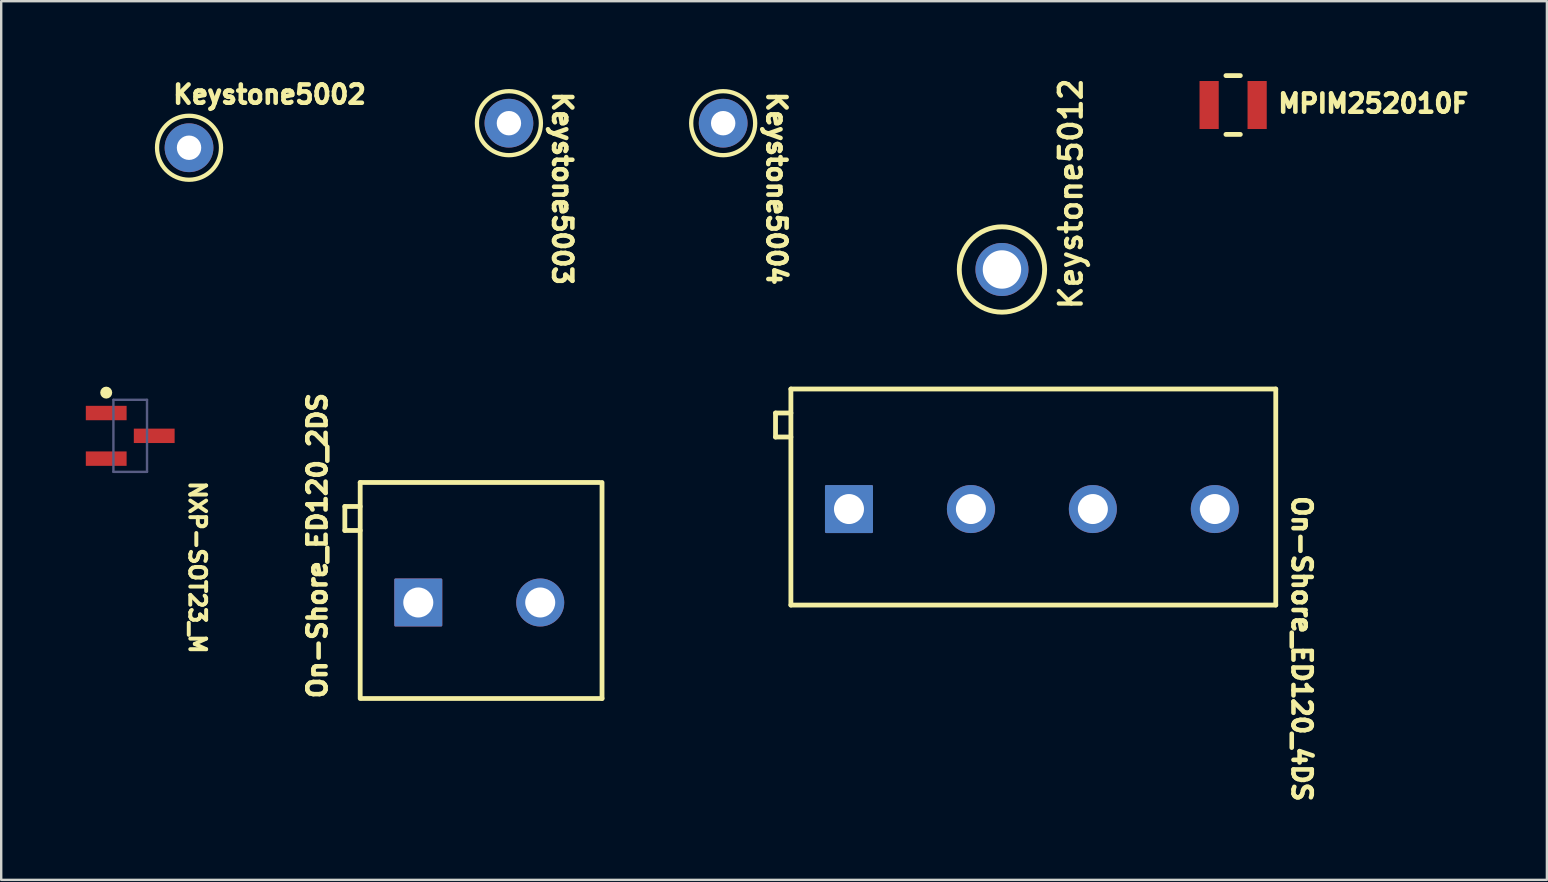
<source format=kicad_pcb>
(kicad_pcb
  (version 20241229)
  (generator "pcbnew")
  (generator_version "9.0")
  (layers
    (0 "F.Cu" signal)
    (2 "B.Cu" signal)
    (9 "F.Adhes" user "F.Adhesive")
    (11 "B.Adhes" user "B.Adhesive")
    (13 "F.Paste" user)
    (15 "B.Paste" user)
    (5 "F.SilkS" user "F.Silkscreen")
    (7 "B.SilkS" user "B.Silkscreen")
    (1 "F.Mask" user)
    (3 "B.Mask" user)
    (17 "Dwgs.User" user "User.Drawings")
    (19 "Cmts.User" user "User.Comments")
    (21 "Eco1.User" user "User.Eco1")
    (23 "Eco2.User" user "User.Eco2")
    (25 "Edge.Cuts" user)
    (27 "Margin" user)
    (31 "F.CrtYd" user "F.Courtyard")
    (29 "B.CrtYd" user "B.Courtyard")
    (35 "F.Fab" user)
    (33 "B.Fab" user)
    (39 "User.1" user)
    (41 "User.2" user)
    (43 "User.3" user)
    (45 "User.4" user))
  (footprint "MPIM252010F"
    (layer "F.Cu")
    (at 48.323 1.325)
    (property "Reference" "MPIM252010F" (at 1.778 0.381 0) (unlocked yes) (layer "F.SilkS") (effects (font (size 0.762 0.762) (thickness 0.254) (bold yes)) (justify left bottom)))
    (fp_line (start -0.3 -1.225) (end 0.3 -1.225) (stroke (width 0.2) (type solid)) (layer "F.SilkS"))
    (fp_line (start -0.3 1.225) (end 0.3 1.225) (stroke (width 0.2) (type solid)) (layer "F.SilkS"))
    (fp_line (start -1.375 -1.125) (end 1.375 -1.125) (stroke (width 0.1) (type solid)) (layer "User.5"))
    (fp_line (start -1.375 1.125) (end -1.375 -1.125) (stroke (width 0.1) (type solid)) (layer "User.5"))
    (fp_line (start -1.375 1.125) (end 1.375 1.125) (stroke (width 0.1) (type solid)) (layer "User.5"))
    (fp_line (start 1.375 1.125) (end 1.375 -1.125) (stroke (width 0.1) (type solid)) (layer "User.5"))
    (fp_text user "${REFERENCE}" (at -0.298 0.273 0) (unlocked yes) (layer "User.5") (effects (font (size 0.5 0.5) (thickness 0.1))))
    (pad "1" smd rect (at -1 0) (size 0.8 2) (layers "F.Cu" "F.Mask" "F.Paste"))
    (pad "2" smd rect (at 1 0 180) (size 0.8 2) (layers "F.Cu" "F.Mask" "F.Paste")))
  (footprint "NXP-SOT23_M"
    (layer "F.Cu")
    (at 2.375 15.107)
    (property "Reference" "NXP-SOT23_M" (at 2.413 1.803 270) (unlocked yes) (layer "F.SilkS") (effects (font (size 0.66 0.66) (thickness 0.254) (bold yes)) (justify left bottom)))
    (fp_circle (center -1 -1.8) (end -1 -1.925) (stroke (width 0.25) (type solid)) (fill no) (layer "F.SilkS"))
    (fp_line (start -2.35 2) (end -2.35 -2) (stroke (width 0.05) (type solid)) (layer "Eco1.User"))
    (fp_line (start 0 0.5) (end 0 -0.5) (stroke (width 0.1) (type solid)) (layer "Eco1.User"))
    (fp_line (start 0.5 0) (end -0.5 0) (stroke (width 0.1) (type solid)) (layer "Eco1.User"))
    (fp_line (start 2.35 -2) (end -2.35 -2) (stroke (width 0.05) (type solid)) (layer "Eco1.User"))
    (fp_line (start 2.35 2) (end -2.35 2) (stroke (width 0.05) (type solid)) (layer "Eco1.User"))
    (fp_line (start 2.35 2) (end 2.35 -2) (stroke (width 0.05) (type solid)) (layer "Eco1.User"))
    (fp_line (start -0.7 1.5) (end -0.7 -1.5) (stroke (width 0.1) (type solid)) (layer "B.Fab"))
    (fp_line (start 0.7 -1.5) (end -0.7 -1.5) (stroke (width 0.1) (type solid)) (layer "B.Fab"))
    (fp_line (start 0.7 1.5) (end -0.7 1.5) (stroke (width 0.1) (type solid)) (layer "B.Fab"))
    (fp_line (start 0.7 1.5) (end 0.7 -1.5) (stroke (width 0.1) (type solid)) (layer "B.Fab"))
    (pad "1" smd rect (at -1 -0.95 270) (size 0.6 1.7) (layers "F.Cu" "F.Mask" "F.Paste"))
    (pad "2" smd rect (at -1 0.95 270) (size 0.6 1.7) (layers "F.Cu" "F.Mask" "F.Paste"))
    (pad "3" smd rect (at 1 0 270) (size 0.6 1.7) (layers "F.Cu" "F.Mask" "F.Paste")))
  (footprint "Keystone5012"
    (layer "F.Cu")
    (at 38.692 8.177)
    (property "Reference" "Keystone5012" (at 3.404 1.753 90) (unlocked yes) (layer "F.SilkS") (effects (font (size 0.914 0.914) (thickness 0.178)) (justify left bottom)))
    (fp_circle (center 0 0) (end 0 -1.778) (stroke (width 0.203) (type solid)) (fill no) (layer "F.SilkS"))
    (fp_circle (center 0 0) (end 0 -1.764) (stroke (width 0.127) (type solid)) (fill no) (layer "User.5"))
    (fp_text user "${REFERENCE}" (at -1.397 0.254 0) (unlocked yes) (layer "User.5") (effects (font (size 0.762 0.762) (thickness 0.127))))
    (pad "1" thru_hole circle (at 0 0) (size 2.21 2.21) (drill 1.6) (layers "*.Cu" "*.Mask")))
  (footprint "Keystone5004"
    (layer "F.Cu")
    (at 27.078 2.082)
    (property "Reference" "Keystone5004" (at 1.778 -1.397 270) (unlocked yes) (layer "F.SilkS") (effects (font (size 0.762 0.762) (thickness 0.254) (bold yes)) (justify left bottom)))
    (fp_circle (center 0 0) (end 1.333 0) (stroke (width 0.178) (type solid)) (fill no) (layer "F.SilkS"))
    (fp_circle (center 0 0) (end 1.333 0) (stroke (width 0.1) (type solid)) (fill no) (layer "User.5"))
    (fp_text user "${REFERENCE}" (at -2.413 0.381 270) (unlocked yes) (layer "User.5") (effects (font (size 0.457 0.457) (thickness 0.076))))
    (pad "1" thru_hole circle (at 0 0) (size 2.032 2.032) (drill 1.016) (layers "*.Cu" "*.Mask")))
  (footprint "Keystone5003"
    (layer "F.Cu")
    (at 18.152 2.082)
    (property "Reference" "Keystone5003" (at 1.778 -1.397 270) (unlocked yes) (layer "F.SilkS") (effects (font (size 0.762 0.762) (thickness 0.254) (bold yes)) (justify left bottom)))
    (fp_circle (center 0 0) (end 1.333 0) (stroke (width 0.178) (type solid)) (fill no) (layer "F.SilkS"))
    (fp_circle (center 0 0) (end 1.333 0) (stroke (width 0.1) (type solid)) (fill no) (layer "User.5"))
    (fp_text user "${REFERENCE}" (at -2.286 0.381 270) (unlocked yes) (layer "User.5") (effects (font (size 0.457 0.457) (thickness 0.076))))
    (pad "1" thru_hole circle (at 0 0) (size 2.032 2.032) (drill 1.016) (layers "*.Cu" "*.Mask")))
  (footprint "On-Shore_ED120_2DS"
    (layer "F.Cu")
    (at 16.916 22.05)
    (property "Reference" "On-Shore_ED120_2DS" (at -6.299 4.089 90) (unlocked yes) (layer "F.SilkS") (effects (font (size 0.762 0.762) (thickness 0.254) (bold yes)) (justify left bottom)))
    (fp_line (start -5.6 -3) (end -5.6 -4) (stroke (width 0.2) (type solid)) (layer "F.SilkS"))
    (fp_line (start -4.96 -4) (end -5.6 -4) (stroke (width 0.2) (type solid)) (layer "F.SilkS"))
    (fp_line (start -4.96 -3) (end -5.6 -3) (stroke (width 0.2) (type solid)) (layer "F.SilkS"))
    (fp_line (start -4.96 4) (end -4.96 -5) (stroke (width 0.2) (type solid)) (layer "F.SilkS"))
    (fp_line (start 5.015 -5) (end -4.96 -5) (stroke (width 0.2) (type solid)) (layer "F.SilkS"))
    (fp_line (start 5.115 4) (end -4.885 4) (stroke (width 0.2) (type solid)) (layer "F.SilkS"))
    (fp_line (start 5.115 4) (end 5.115 -5) (stroke (width 0.2) (type solid)) (layer "F.SilkS"))
    (fp_line (start -5.6 -3) (end -5.6 -4) (stroke (width 0.1) (type solid)) (layer "User.5"))
    (fp_line (start -4.96 -4) (end -5.6 -4) (stroke (width 0.1) (type solid)) (layer "User.5"))
    (fp_line (start -4.96 -3) (end -5.6 -3) (stroke (width 0.1) (type solid)) (layer "User.5"))
    (fp_line (start -4.96 4) (end -4.96 -5) (stroke (width 0.1) (type solid)) (layer "User.5"))
    (fp_line (start 5.115 -5) (end -4.96 -5) (stroke (width 0.1) (type solid)) (layer "User.5"))
    (fp_line (start 5.115 4) (end -4.885 4) (stroke (width 0.1) (type solid)) (layer "User.5"))
    (fp_line (start 5.115 4) (end 5.115 -5) (stroke (width 0.1) (type solid)) (layer "User.5"))
    (fp_line (start 5.125 2.525) (end -4.875 2.525) (stroke (width 0.1) (type solid)) (layer "User.5"))
    (fp_text user "${REFERENCE}" (at 0.635 -0.254 180) (unlocked yes) (layer "User.5") (effects (font (size 1.016 1.016) (thickness 0.178))))
    (pad "1" thru_hole roundrect (at -2.54 0 270) (size 2 2) (drill 1.25) (layers "*.Cu" "*.Mask") (roundrect_rratio 0.025))
    (pad "2" thru_hole circle (at 2.54 0 270) (size 2 2) (drill 1.25) (layers "*.Cu" "*.Mask")))
  (footprint "Keystone5002"
    (layer "F.Cu")
    (at 4.825 3.105)
    (property "Reference" "Keystone5002" (at -0.762 -1.772 0) (unlocked yes) (layer "F.SilkS") (effects (font (size 0.762 0.762) (thickness 0.254) (bold yes)) (justify left bottom)))
    (fp_circle (center 0 0) (end 0 -1.333) (stroke (width 0.178) (type solid)) (fill no) (layer "F.SilkS"))
    (fp_circle (center 0 0) (end 0 -1.333) (stroke (width 0.1) (type solid)) (fill no) (layer "User.5"))
    (fp_text user "${REFERENCE}" (at -2.361 0.381 0) (unlocked yes) (layer "User.5") (effects (font (size 0.457 0.457) (thickness 0.076))))
    (pad "1" thru_hole circle (at 0 0) (size 2.032 2.032) (drill 1.016) (layers "*.Cu" "*.Mask")))
  (footprint "On-Shore_ED120_4DS"
    (layer "F.Cu")
    (at 39.939 18.157)
    (property "Reference" "On-Shore_ED120_4DS" (at 10.795 -0.635 270) (unlocked yes) (layer "F.SilkS") (effects (font (size 0.762 0.762) (thickness 0.254) (bold yes)) (justify left bottom)))
    (fp_line (start -10.68 -4) (end -10.68 -3) (stroke (width 0.2) (type solid)) (layer "F.SilkS"))
    (fp_line (start -10.68 -4) (end -10.04 -4) (stroke (width 0.2) (type solid)) (layer "F.SilkS"))
    (fp_line (start -10.68 -3) (end -10.04 -3) (stroke (width 0.2) (type solid)) (layer "F.SilkS"))
    (fp_line (start -10.04 -5) (end -10.04 4) (stroke (width 0.2) (type solid)) (layer "F.SilkS"))
    (fp_line (start -10.04 -5) (end 10.16 -5) (stroke (width 0.2) (type solid)) (layer "F.SilkS"))
    (fp_line (start -10.04 4) (end 10.16 4) (stroke (width 0.2) (type solid)) (layer "F.SilkS"))
    (fp_line (start 10.16 -5) (end 10.16 4) (stroke (width 0.2) (type solid)) (layer "F.SilkS"))
    (fp_line (start -10.68 -4) (end -10.68 -3) (stroke (width 0.1) (type solid)) (layer "User.5"))
    (fp_line (start -10.68 -4) (end -10.04 -4) (stroke (width 0.1) (type solid)) (layer "User.5"))
    (fp_line (start -10.68 -3) (end -10.04 -3) (stroke (width 0.1) (type solid)) (layer "User.5"))
    (fp_line (start -10.04 -5) (end -10.04 4) (stroke (width 0.1) (type solid)) (layer "User.5"))
    (fp_line (start -10.04 -5) (end 10.035 -5) (stroke (width 0.1) (type solid)) (layer "User.5"))
    (fp_line (start -10.04 2.5) (end 10.01 2.5) (stroke (width 0.1) (type solid)) (layer "User.5"))
    (fp_line (start -10.04 4) (end 10.035 4) (stroke (width 0.1) (type solid)) (layer "User.5"))
    (fp_line (start 10.035 -5) (end 10.035 4) (stroke (width 0.1) (type solid)) (layer "User.5"))
    (fp_text user "${REFERENCE}" (at -1.143 0.635 0) (unlocked yes) (layer "User.5") (effects (font (size 1.016 1.016) (thickness 0.178))))
    (pad "1" thru_hole roundrect (at -7.62 0 270) (size 2 2) (drill 1.25) (layers "*.Cu" "*.Mask") (roundrect_rratio 0.025))
    (pad "2" thru_hole circle (at -2.54 0 270) (size 2 2) (drill 1.25) (layers "*.Cu" "*.Mask"))
    (pad "3" thru_hole circle (at 2.54 0 270) (size 2 2) (drill 1.25) (layers "*.Cu" "*.Mask"))
    (pad "4" thru_hole circle (at 7.62 0 270) (size 2 2) (drill 1.25) (layers "*.Cu" "*.Mask")))
  (gr_rect
    (start -3 -3)
    (end 61.395 33.605)
    (stroke (width 0.1) (type default))
    (fill no)
    (layer "Edge.Cuts")))
</source>
